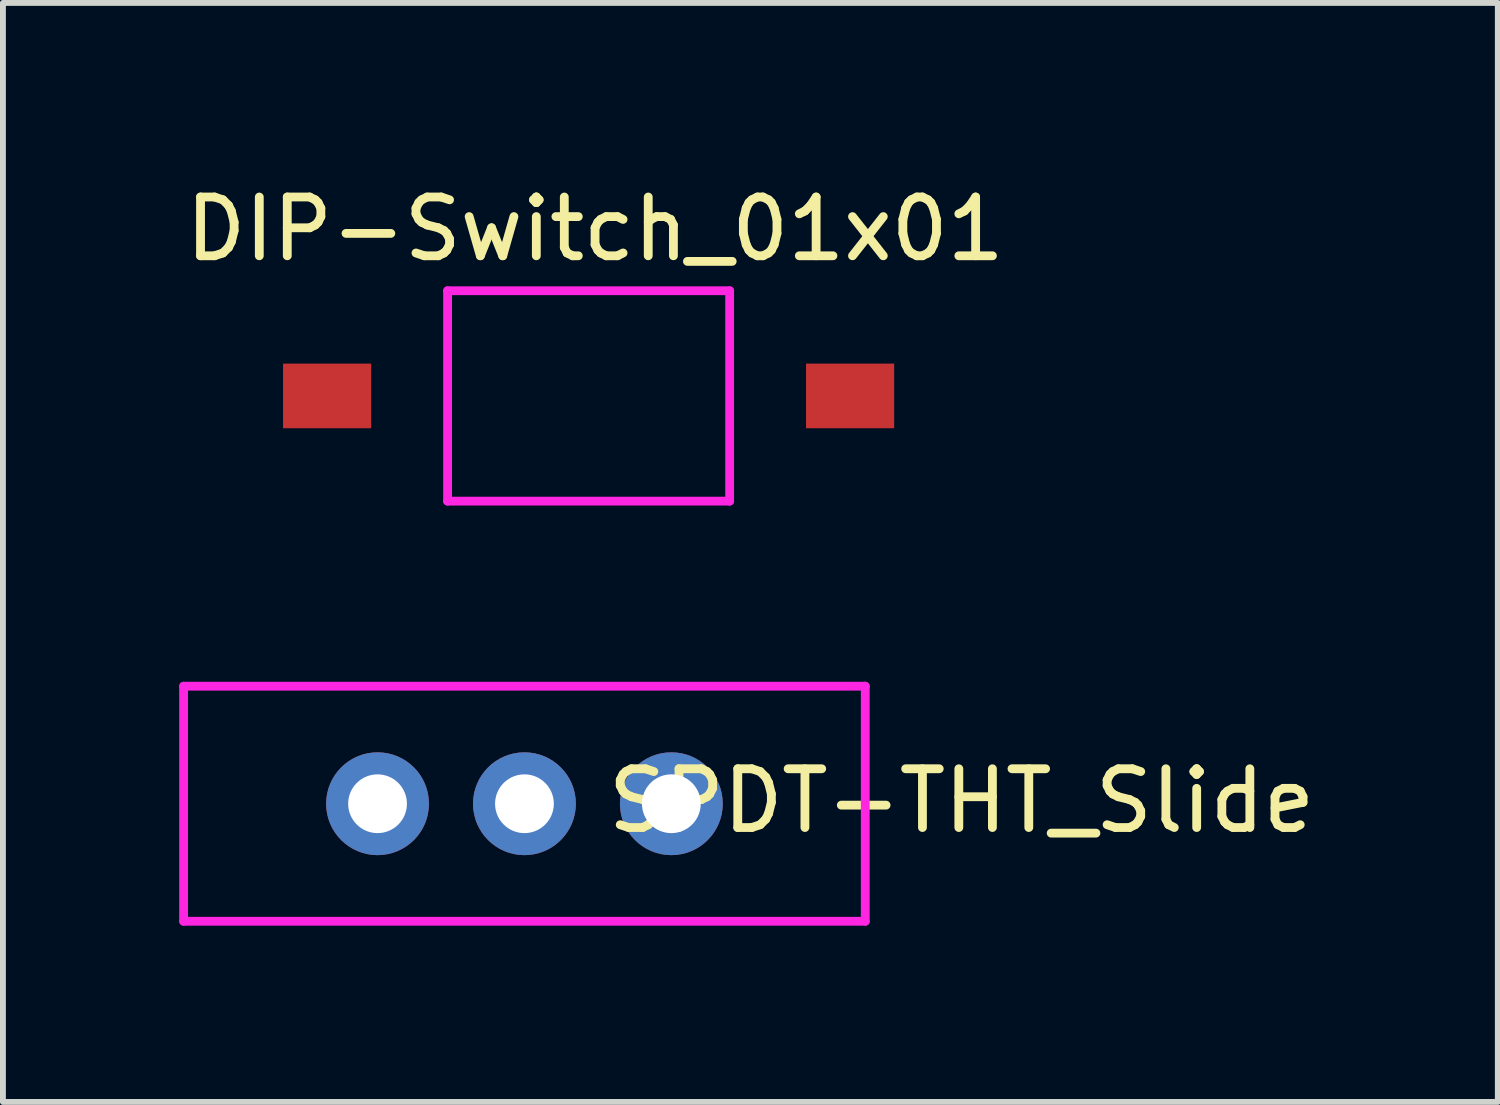
<source format=kicad_pcb>
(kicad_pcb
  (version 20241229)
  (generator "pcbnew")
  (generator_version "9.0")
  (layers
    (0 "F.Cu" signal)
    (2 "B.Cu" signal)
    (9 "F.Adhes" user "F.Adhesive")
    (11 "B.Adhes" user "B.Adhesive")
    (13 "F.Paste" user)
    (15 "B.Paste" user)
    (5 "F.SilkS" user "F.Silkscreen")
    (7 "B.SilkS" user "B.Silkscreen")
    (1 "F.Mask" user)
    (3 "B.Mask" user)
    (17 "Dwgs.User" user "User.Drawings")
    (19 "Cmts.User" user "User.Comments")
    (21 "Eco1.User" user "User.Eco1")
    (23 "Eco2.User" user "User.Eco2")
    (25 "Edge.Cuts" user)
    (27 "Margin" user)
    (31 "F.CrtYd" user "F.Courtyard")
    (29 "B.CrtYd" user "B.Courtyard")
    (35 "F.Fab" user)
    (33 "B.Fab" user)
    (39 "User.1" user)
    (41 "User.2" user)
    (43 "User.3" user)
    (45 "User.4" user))
  (footprint "DIP-Switch_01x01"
    (layer "F.Cu")
    (at 2.517 3.688)
    (property "Reference" "DIP-Switch_01x01" (at 4.56 -2.84 0) (layer "F.SilkS") (effects (font (size 1 1) (thickness 0.15))))
    (attr through_hole)
    (fp_line (start 2.05 -1.79) (end 2.05 1.79) (stroke (width 0.15) (type solid)) (layer "F.CrtYd"))
    (fp_line (start 2.05 -1.79) (end 6.85 -1.79) (stroke (width 0.15) (type solid)) (layer "F.CrtYd"))
    (fp_line (start 6.85 -1.79) (end 6.85 1.79) (stroke (width 0.15) (type solid)) (layer "F.CrtYd"))
    (fp_line (start 6.85 1.79) (end 2.05 1.79) (stroke (width 0.15) (type solid)) (layer "F.CrtYd"))
    (pad "1" smd rect (at 8.9 0) (size 1.5 1.1) (layers "F.Cu" "F.Mask" "F.Paste"))
    (pad "2" smd rect (at 0 0) (size 1.5 1.1) (layers "F.Cu" "F.Mask" "F.Paste")))
  (footprint "SPDT-THT_Slide"
    (layer "F.Cu")
    (at 3.375 10.628)
    (property "Reference" "SPDT-THT_Slide" (at 9.94 -0.05 0) (layer "F.SilkS") (effects (font (size 1 1) (thickness 0.15))))
    (attr through_hole)
    (fp_line (start -3.3 -2) (end -3.3 2) (stroke (width 0.15) (type solid)) (layer "F.CrtYd"))
    (fp_line (start -3.3 -2) (end 8.3 -2) (stroke (width 0.15) (type solid)) (layer "F.CrtYd"))
    (fp_line (start -3.3 2) (end 8.3 2) (stroke (width 0.15) (type solid)) (layer "F.CrtYd"))
    (fp_line (start 8.3 -2) (end 8.3 2) (stroke (width 0.15) (type solid)) (layer "F.CrtYd"))
    (pad "1" thru_hole circle (at 0 0 90) (size 1.75 1.75) (drill 1) (layers "*.Cu" "*.Mask"))
    (pad "2" thru_hole circle (at 2.5 0 90) (size 1.75 1.75) (drill 1) (layers "*.Cu" "*.Mask"))
    (pad "3" thru_hole circle (at 5 0 90) (size 1.75 1.75) (drill 1) (layers "*.Cu" "*.Mask")))
  (gr_rect
    (start -3 -3)
    (end 22.44 15.703)
    (stroke (width 0.1) (type default))
    (fill no)
    (layer "Edge.Cuts")))
</source>
